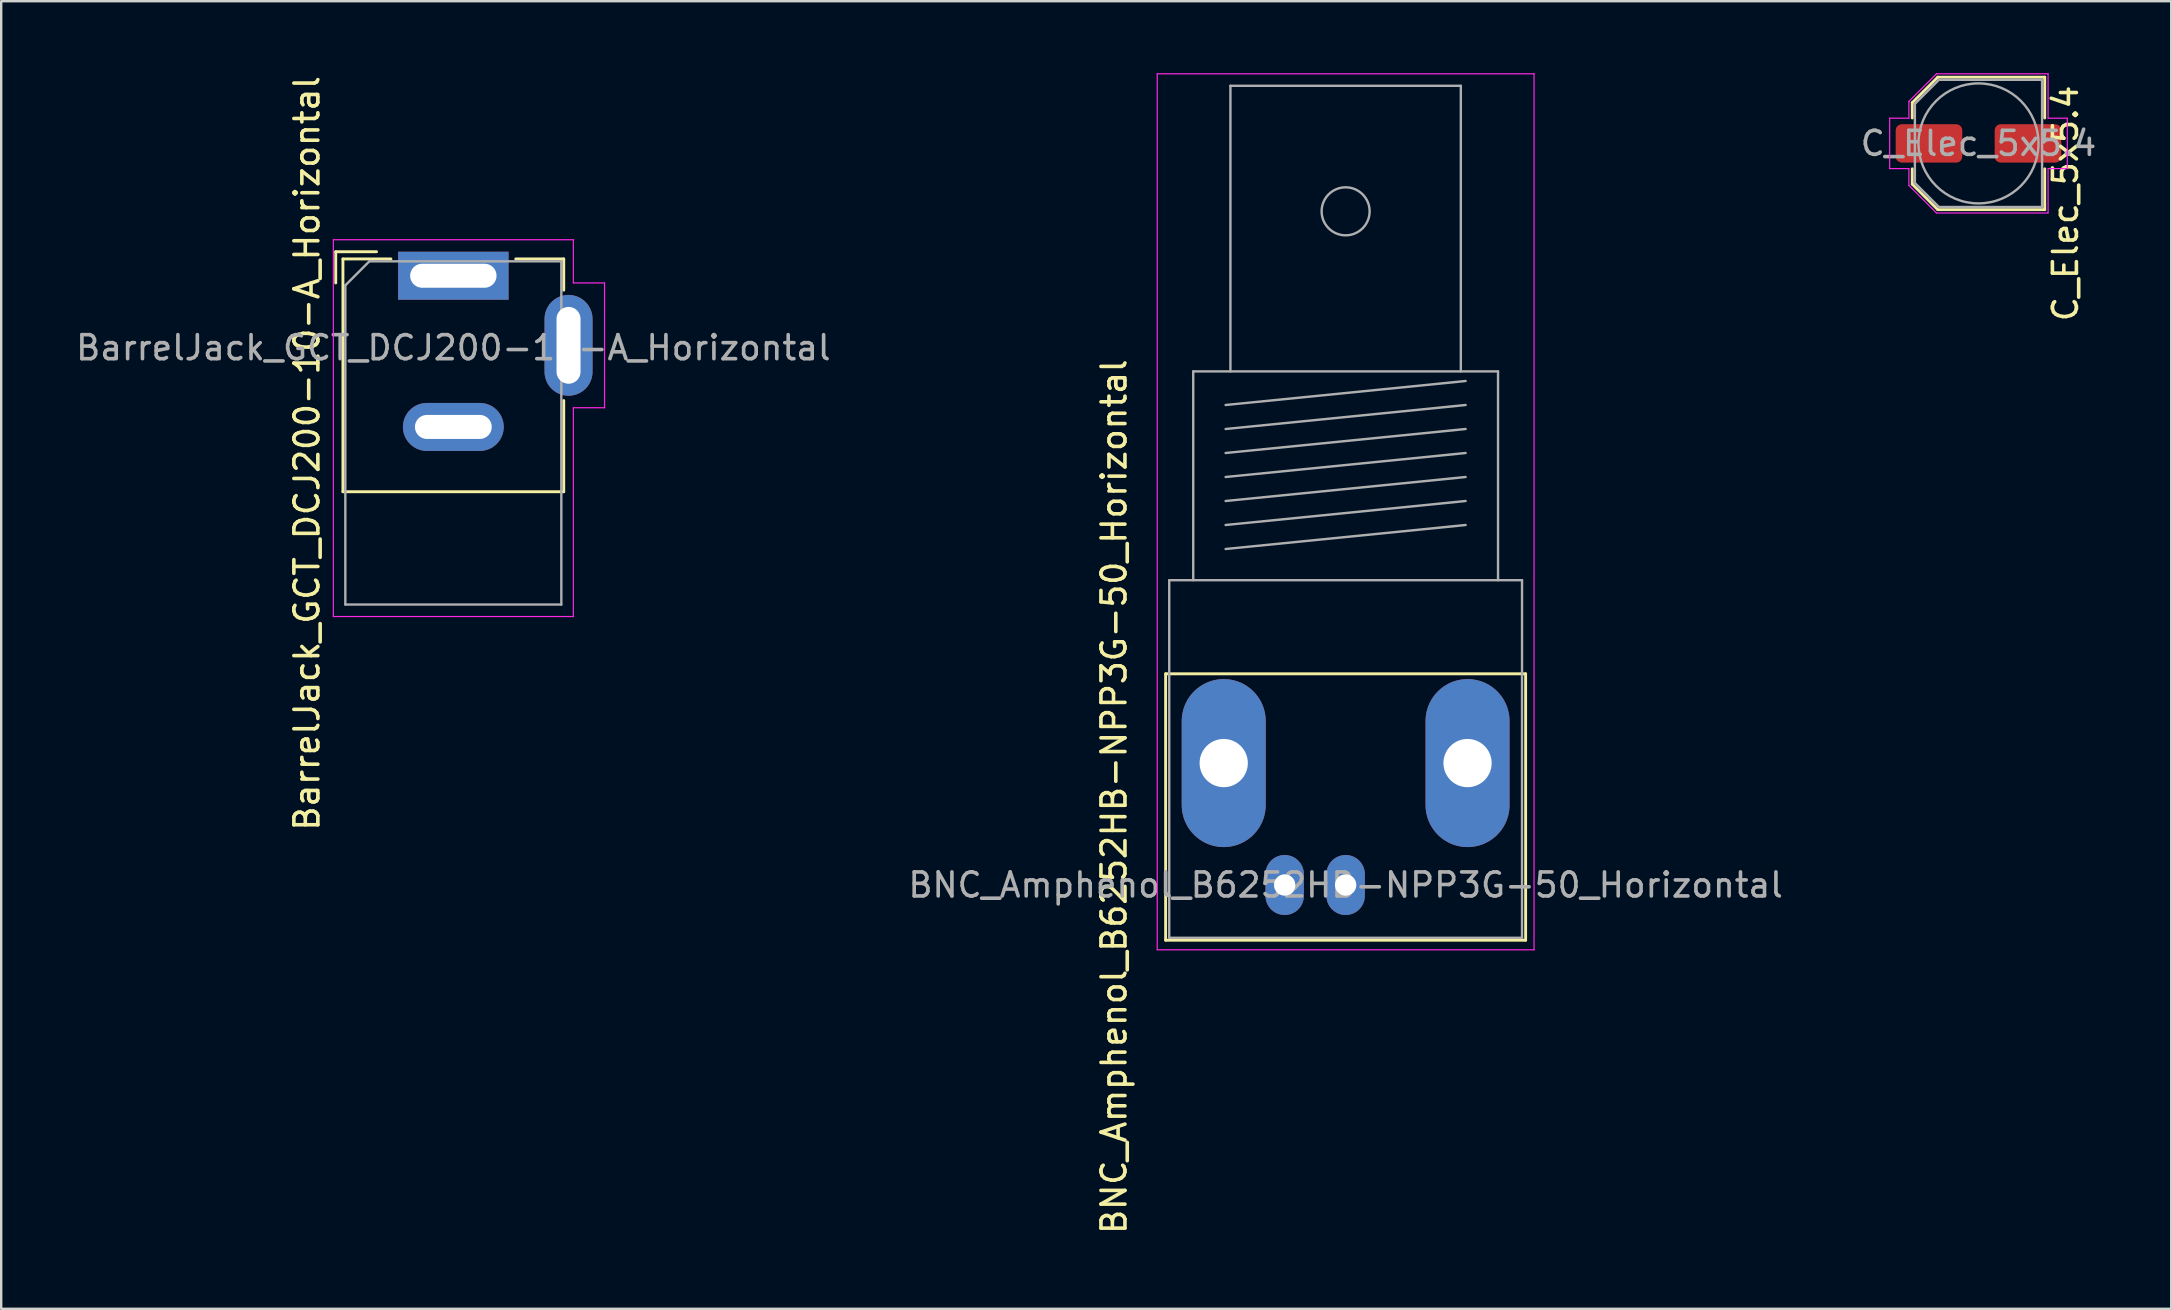
<source format=kicad_pcb>
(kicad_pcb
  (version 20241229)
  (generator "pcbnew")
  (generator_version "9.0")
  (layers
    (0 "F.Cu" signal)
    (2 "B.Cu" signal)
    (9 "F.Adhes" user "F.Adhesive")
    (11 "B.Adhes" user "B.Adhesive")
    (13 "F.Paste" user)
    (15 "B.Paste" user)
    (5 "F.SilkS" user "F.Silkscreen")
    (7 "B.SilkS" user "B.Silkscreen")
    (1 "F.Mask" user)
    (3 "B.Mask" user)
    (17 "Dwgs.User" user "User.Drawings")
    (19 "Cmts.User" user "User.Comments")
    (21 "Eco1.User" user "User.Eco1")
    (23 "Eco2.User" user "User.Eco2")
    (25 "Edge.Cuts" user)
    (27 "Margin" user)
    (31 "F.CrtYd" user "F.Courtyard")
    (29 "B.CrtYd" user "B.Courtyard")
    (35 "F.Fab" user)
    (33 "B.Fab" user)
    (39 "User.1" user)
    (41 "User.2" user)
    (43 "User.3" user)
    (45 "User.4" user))
  (footprint "BarrelJack_GCT_DCJ200-10-A_Horizontal"
    (layer "F.Cu")
    (at 15.839 8.439)
    (property "Reference" "BarrelJack_GCT_DCJ200-10-A_Horizontal" (at -6.1 7.4 270) (layer "F.SilkS") (effects (font (size 1 1) (thickness 0.15))))
    (attr through_hole)
    (fp_line (start -4.9 -1) (end -4.9 0.3) (stroke (width 0.12) (type solid)) (layer "F.SilkS"))
    (fp_line (start -4.6 -0.7) (end -2.6 -0.7) (stroke (width 0.12) (type solid)) (layer "F.SilkS"))
    (fp_line (start -4.6 9) (end -4.6 -0.7) (stroke (width 0.12) (type solid)) (layer "F.SilkS"))
    (fp_line (start -3.2 -1) (end -4.9 -1) (stroke (width 0.12) (type solid)) (layer "F.SilkS"))
    (fp_line (start 2.6 -0.7) (end 4.6 -0.7) (stroke (width 0.12) (type solid)) (layer "F.SilkS"))
    (fp_line (start 4.6 -0.7) (end 4.6 0.6) (stroke (width 0.12) (type solid)) (layer "F.SilkS"))
    (fp_line (start 4.6 5.2) (end 4.6 9) (stroke (width 0.12) (type solid)) (layer "F.SilkS"))
    (fp_line (start 4.6 9) (end -4.6 9) (stroke (width 0.12) (type solid)) (layer "F.SilkS"))
    (fp_line (start -5 -1.5) (end -5 14.2) (stroke (width 0.05) (type solid)) (layer "F.CrtYd"))
    (fp_line (start -5 14.2) (end 5 14.2) (stroke (width 0.05) (type solid)) (layer "F.CrtYd"))
    (fp_line (start 5 -1.5) (end -5 -1.5) (stroke (width 0.05) (type solid)) (layer "F.CrtYd"))
    (fp_line (start 5 0.3) (end 5 -1.5) (stroke (width 0.05) (type solid)) (layer "F.CrtYd"))
    (fp_line (start 5 14.2) (end 5 5.5) (stroke (width 0.05) (type solid)) (layer "F.CrtYd"))
    (fp_line (start 6.3 0.3) (end 5 0.3) (stroke (width 0.05) (type solid)) (layer "F.CrtYd"))
    (fp_line (start 6.3 0.3) (end 6.3 5.5) (stroke (width 0.05) (type solid)) (layer "F.CrtYd"))
    (fp_line (start 6.3 5.5) (end 5 5.5) (stroke (width 0.05) (type solid)) (layer "F.CrtYd"))
    (fp_line (start -4.5 0.4) (end -3.5 -0.6) (stroke (width 0.1) (type solid)) (layer "F.Fab"))
    (fp_line (start -4.5 13.7) (end -4.5 0.4) (stroke (width 0.1) (type solid)) (layer "F.Fab"))
    (fp_line (start 4.5 -0.6) (end -3.5 -0.6) (stroke (width 0.1) (type solid)) (layer "F.Fab"))
    (fp_line (start 4.5 -0.6) (end 4.5 13.7) (stroke (width 0.1) (type solid)) (layer "F.Fab"))
    (fp_line (start 4.5 13.7) (end -4.5 13.7) (stroke (width 0.1) (type solid)) (layer "F.Fab"))
    (fp_text user "${REFERENCE}" (at 0 3 180) (layer "F.Fab") (effects (font (size 1 1) (thickness 0.15))))
    (pad "1" thru_hole rect (at 0 0) (size 4.6 2) (drill oval 3.6 1) (layers "*.Cu" "*.Mask"))
    (pad "2" thru_hole oval (at 0 6.3) (size 4.2 2) (drill oval 3.2 1) (layers "*.Cu" "*.Mask"))
    (pad "3" thru_hole oval (at 4.8 2.9) (size 2 4.2) (drill oval 1 3.2) (layers "*.Cu" "*.Mask")))
  (footprint "C_Elec_5x5.4"
    (layer "F.Cu")
    (at 79.387 2.925)
    (property "Reference" "C_Elec_5x5.4" (at 3.625 2.5 90) (layer "F.SilkS") (effects (font (size 1 1) (thickness 0.15))))
    (attr smd)
    (fp_line (start -2.76 -1.696) (end -2.76 -1.06) (stroke (width 0.12) (type solid)) (layer "F.SilkS"))
    (fp_line (start -2.76 -1.696) (end -1.696 -2.76) (stroke (width 0.12) (type solid)) (layer "F.SilkS"))
    (fp_line (start -2.76 1.696) (end -2.76 1.06) (stroke (width 0.12) (type solid)) (layer "F.SilkS"))
    (fp_line (start -2.76 1.696) (end -1.696 2.76) (stroke (width 0.12) (type solid)) (layer "F.SilkS"))
    (fp_line (start -1.696 -2.76) (end 2.76 -2.76) (stroke (width 0.12) (type solid)) (layer "F.SilkS"))
    (fp_line (start -1.696 2.76) (end 2.76 2.76) (stroke (width 0.12) (type solid)) (layer "F.SilkS"))
    (fp_line (start 2.76 -2.76) (end 2.76 -1.06) (stroke (width 0.12) (type solid)) (layer "F.SilkS"))
    (fp_line (start 2.76 2.76) (end 2.76 1.06) (stroke (width 0.12) (type solid)) (layer "F.SilkS"))
    (fp_line (start -3.7 -1.05) (end -3.7 1.05) (stroke (width 0.05) (type solid)) (layer "F.CrtYd"))
    (fp_line (start -3.7 1.05) (end -2.9 1.05) (stroke (width 0.05) (type solid)) (layer "F.CrtYd"))
    (fp_line (start -2.9 -1.75) (end -2.9 -1.05) (stroke (width 0.05) (type solid)) (layer "F.CrtYd"))
    (fp_line (start -2.9 -1.75) (end -1.75 -2.9) (stroke (width 0.05) (type solid)) (layer "F.CrtYd"))
    (fp_line (start -2.9 -1.05) (end -3.7 -1.05) (stroke (width 0.05) (type solid)) (layer "F.CrtYd"))
    (fp_line (start -2.9 1.05) (end -2.9 1.75) (stroke (width 0.05) (type solid)) (layer "F.CrtYd"))
    (fp_line (start -2.9 1.75) (end -1.75 2.9) (stroke (width 0.05) (type solid)) (layer "F.CrtYd"))
    (fp_line (start -1.75 -2.9) (end 2.9 -2.9) (stroke (width 0.05) (type solid)) (layer "F.CrtYd"))
    (fp_line (start -1.75 2.9) (end 2.9 2.9) (stroke (width 0.05) (type solid)) (layer "F.CrtYd"))
    (fp_line (start 2.9 -2.9) (end 2.9 -1.05) (stroke (width 0.05) (type solid)) (layer "F.CrtYd"))
    (fp_line (start 2.9 -1.05) (end 3.7 -1.05) (stroke (width 0.05) (type solid)) (layer "F.CrtYd"))
    (fp_line (start 2.9 1.05) (end 2.9 2.9) (stroke (width 0.05) (type solid)) (layer "F.CrtYd"))
    (fp_line (start 3.7 -1.05) (end 3.7 1.05) (stroke (width 0.05) (type solid)) (layer "F.CrtYd"))
    (fp_line (start 3.7 1.05) (end 2.9 1.05) (stroke (width 0.05) (type solid)) (layer "F.CrtYd"))
    (fp_line (start -2.65 -1.65) (end -2.65 1.65) (stroke (width 0.1) (type solid)) (layer "F.Fab"))
    (fp_line (start -2.65 -1.65) (end -1.65 -2.65) (stroke (width 0.1) (type solid)) (layer "F.Fab"))
    (fp_line (start -2.65 1.65) (end -1.65 2.65) (stroke (width 0.1) (type solid)) (layer "F.Fab"))
    (fp_line (start -1.65 -2.65) (end 2.65 -2.65) (stroke (width 0.1) (type solid)) (layer "F.Fab"))
    (fp_line (start -1.65 2.65) (end 2.65 2.65) (stroke (width 0.1) (type solid)) (layer "F.Fab"))
    (fp_line (start 2.65 -2.65) (end 2.65 2.65) (stroke (width 0.1) (type solid)) (layer "F.Fab"))
    (fp_circle (center 0 0) (end 2.5 0) (stroke (width 0.1) (type solid)) (fill no) (layer "F.Fab"))
    (fp_text user "${REFERENCE}" (at 0 0 0) (layer "F.Fab") (effects (font (size 1 1) (thickness 0.15))))
    (pad "1" smd roundrect (at -2.062 0) (size 2.775 1.6) (layers "F.Cu" "F.Mask" "F.Paste") (roundrect_rratio 0.156))
    (pad "2" smd roundrect (at 2.062 0) (size 2.775 1.6) (layers "F.Cu" "F.Mask" "F.Paste") (roundrect_rratio 0.156)))
  (footprint "BNC_Amphenol_B6252HB-NPP3G-50_Horizontal"
    (layer "F.Cu")
    (at 53.018 33.825)
    (property "Reference" "BNC_Amphenol_B6252HB-NPP3G-50_Horizontal" (at -9.65 -3.68 90) (layer "F.SilkS") (effects (font (size 1 1) (thickness 0.15))))
    (attr through_hole)
    (fp_line (start -7.5 -8.8) (end 7.5 -8.8) (stroke (width 0.12) (type solid)) (layer "F.SilkS"))
    (fp_line (start -7.5 2.3) (end -7.5 -8.8) (stroke (width 0.12) (type solid)) (layer "F.SilkS"))
    (fp_line (start 7.5 -8.8) (end 7.5 2.3) (stroke (width 0.12) (type solid)) (layer "F.SilkS"))
    (fp_line (start 7.5 2.3) (end -7.5 2.3) (stroke (width 0.12) (type solid)) (layer "F.SilkS"))
    (fp_line (start -7.85 2.7) (end -7.85 -33.8) (stroke (width 0.05) (type solid)) (layer "F.CrtYd"))
    (fp_line (start -7.85 2.7) (end 7.85 2.7) (stroke (width 0.05) (type solid)) (layer "F.CrtYd"))
    (fp_line (start 7.85 -33.8) (end -7.85 -33.8) (stroke (width 0.05) (type solid)) (layer "F.CrtYd"))
    (fp_line (start 7.85 2.7) (end 7.85 -33.8) (stroke (width 0.05) (type solid)) (layer "F.CrtYd"))
    (fp_line (start -7.35 -12.7) (end -7.35 2.2) (stroke (width 0.1) (type solid)) (layer "F.Fab"))
    (fp_line (start -7.35 2.2) (end 7.35 2.2) (stroke (width 0.1) (type solid)) (layer "F.Fab"))
    (fp_line (start -6.35 -21.4) (end -6.35 -12.7) (stroke (width 0.1) (type solid)) (layer "F.Fab"))
    (fp_line (start -5 -20) (end 5 -21) (stroke (width 0.1) (type solid)) (layer "F.Fab"))
    (fp_line (start -5 -19) (end 5 -20) (stroke (width 0.1) (type solid)) (layer "F.Fab"))
    (fp_line (start -5 -18) (end 5 -19) (stroke (width 0.1) (type solid)) (layer "F.Fab"))
    (fp_line (start -5 -17) (end 5 -18) (stroke (width 0.1) (type solid)) (layer "F.Fab"))
    (fp_line (start -5 -16) (end 5 -17) (stroke (width 0.1) (type solid)) (layer "F.Fab"))
    (fp_line (start -5 -15) (end 5 -16) (stroke (width 0.1) (type solid)) (layer "F.Fab"))
    (fp_line (start -5 -14) (end 5 -15) (stroke (width 0.1) (type solid)) (layer "F.Fab"))
    (fp_line (start -4.8 -33.3) (end -4.8 -21.4) (stroke (width 0.1) (type solid)) (layer "F.Fab"))
    (fp_line (start 4.8 -33.3) (end -4.8 -33.3) (stroke (width 0.1) (type solid)) (layer "F.Fab"))
    (fp_line (start 4.8 -21.4) (end 4.8 -33.3) (stroke (width 0.1) (type solid)) (layer "F.Fab"))
    (fp_line (start 6.35 -21.4) (end -6.35 -21.4) (stroke (width 0.1) (type solid)) (layer "F.Fab"))
    (fp_line (start 6.35 -12.7) (end 6.35 -21.4) (stroke (width 0.1) (type solid)) (layer "F.Fab"))
    (fp_line (start 7.35 -12.7) (end -7.35 -12.7) (stroke (width 0.1) (type solid)) (layer "F.Fab"))
    (fp_line (start 7.35 2.2) (end 7.35 -12.7) (stroke (width 0.1) (type solid)) (layer "F.Fab"))
    (fp_circle (center 0 -28.07) (end 1 -28.07) (stroke (width 0.1) (type solid)) (fill no) (layer "F.Fab"))
    (fp_text user "${REFERENCE}" (at 0 0 0) (layer "F.Fab") (effects (font (size 1 1) (thickness 0.15))))
    (pad "1" thru_hole oval (at 0 0) (size 1.6 2.5) (drill 0.89) (layers "*.Cu" "*.Mask"))
    (pad "2" thru_hole oval (at -5.08 -5.08) (size 3.5 7) (drill 2.01) (layers "*.Cu" "*.Mask"))
    (pad "2" thru_hole oval (at -2.54 0) (size 1.6 2.5) (drill 0.89) (layers "*.Cu" "*.Mask"))
    (pad "2" thru_hole oval (at 5.08 -5.08) (size 3.5 7) (drill 2.01) (layers "*.Cu" "*.Mask")))
  (gr_rect
    (start -3 -3)
    (end 87.417 51.484)
    (stroke (width 0.1) (type default))
    (fill no)
    (layer "Edge.Cuts")))
</source>
